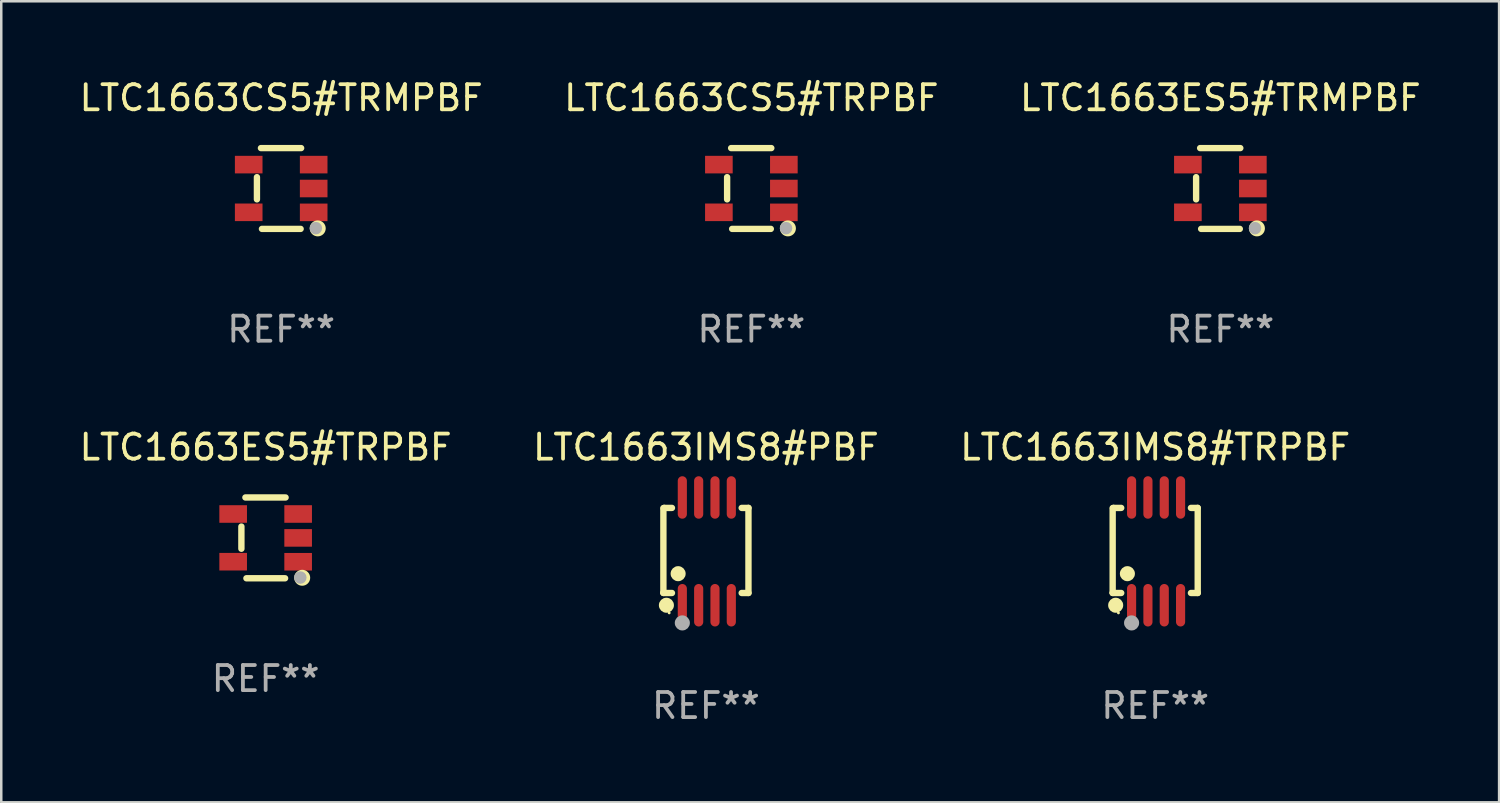
<source format=kicad_pcb>
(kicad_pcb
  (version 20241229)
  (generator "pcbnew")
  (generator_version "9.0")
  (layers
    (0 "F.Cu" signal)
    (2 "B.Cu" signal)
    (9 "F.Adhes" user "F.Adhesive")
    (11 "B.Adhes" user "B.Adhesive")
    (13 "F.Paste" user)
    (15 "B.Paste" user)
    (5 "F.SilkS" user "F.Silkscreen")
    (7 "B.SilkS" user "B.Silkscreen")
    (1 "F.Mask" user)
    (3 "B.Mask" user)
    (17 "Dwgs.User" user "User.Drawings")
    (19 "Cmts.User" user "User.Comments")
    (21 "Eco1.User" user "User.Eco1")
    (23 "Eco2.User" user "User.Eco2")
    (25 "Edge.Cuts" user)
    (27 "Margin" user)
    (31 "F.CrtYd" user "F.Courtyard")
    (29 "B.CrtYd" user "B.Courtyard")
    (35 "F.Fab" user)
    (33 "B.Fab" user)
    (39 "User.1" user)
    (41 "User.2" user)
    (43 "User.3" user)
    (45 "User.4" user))
  (footprint "LTC1663ES5#TRPBF"
    (layer "F.Cu")
    (at 7.53 18.372)
    (property "Reference" "LTC1663ES5#TRPBF" (at 0 -3.609 0) (layer "F.SilkS") (effects (font (size 1 1) (thickness 0.15))))
    (attr through_hole)
    (fp_line (start -0.966 0.433) (end -0.966 -0.451) (stroke (width 0.254) (type solid)) (layer "F.SilkS"))
    (fp_line (start -0.806 -1.609) (end 0.794 -1.609) (stroke (width 0.254) (type solid)) (layer "F.SilkS"))
    (fp_line (start -0.766 1.609) (end 0.774 1.609) (stroke (width 0.254) (type solid)) (layer "F.SilkS"))
    (fp_circle (center 1.4 1.45) (end 1.43 1.45) (stroke (width 0.06) (type solid)) (fill no) (layer "F.SilkS"))
    (fp_circle (center 1.456 1.589) (end 1.52 1.589) (stroke (width 0.254) (type solid)) (fill no) (layer "F.SilkS"))
    (fp_circle (center 1.38 1.58) (end 1.505 1.58) (stroke (width 0.25) (type solid)) (fill no) (layer "F.Fab"))
    (fp_text user "REF**" (at 0 5.609 0) (layer "F.Fab") (effects (font (size 1 1) (thickness 0.15))))
    (pad "1" smd rect (at 1.294 0.951) (size 1.1 0.7) (layers "F.Cu" "F.Mask" "F.Paste"))
    (pad "2" smd rect (at 1.294 0.001) (size 1.1 0.7) (layers "F.Cu" "F.Mask" "F.Paste"))
    (pad "3" smd rect (at 1.294 -0.951) (size 1.1 0.7) (layers "F.Cu" "F.Mask" "F.Paste"))
    (pad "4" smd rect (at -1.294 -0.951 180) (size 1.1 0.7) (layers "F.Cu" "F.Mask" "F.Paste"))
    (pad "5" smd rect (at -1.294 0.949 180) (size 1.1 0.7) (layers "F.Cu" "F.Mask" "F.Paste")))
  (footprint "LTC1663CS5#TRMPBF"
    (layer "F.Cu")
    (at 8.149 4.457)
    (property "Reference" "LTC1663CS5#TRMPBF" (at 0 -3.609 0) (layer "F.SilkS") (effects (font (size 1 1) (thickness 0.15))))
    (attr through_hole)
    (fp_line (start -0.966 0.433) (end -0.966 -0.451) (stroke (width 0.254) (type solid)) (layer "F.SilkS"))
    (fp_line (start -0.806 -1.609) (end 0.794 -1.609) (stroke (width 0.254) (type solid)) (layer "F.SilkS"))
    (fp_line (start -0.766 1.609) (end 0.774 1.609) (stroke (width 0.254) (type solid)) (layer "F.SilkS"))
    (fp_circle (center 1.4 1.45) (end 1.43 1.45) (stroke (width 0.06) (type solid)) (fill no) (layer "F.SilkS"))
    (fp_circle (center 1.456 1.589) (end 1.52 1.589) (stroke (width 0.254) (type solid)) (fill no) (layer "F.SilkS"))
    (fp_circle (center 1.38 1.58) (end 1.505 1.58) (stroke (width 0.25) (type solid)) (fill no) (layer "F.Fab"))
    (fp_text user "REF**" (at 0 5.609 0) (layer "F.Fab") (effects (font (size 1 1) (thickness 0.15))))
    (pad "1" smd rect (at 1.294 0.951) (size 1.1 0.7) (layers "F.Cu" "F.Mask" "F.Paste"))
    (pad "2" smd rect (at 1.294 0.001) (size 1.1 0.7) (layers "F.Cu" "F.Mask" "F.Paste"))
    (pad "3" smd rect (at 1.294 -0.951) (size 1.1 0.7) (layers "F.Cu" "F.Mask" "F.Paste"))
    (pad "4" smd rect (at -1.294 -0.951 180) (size 1.1 0.7) (layers "F.Cu" "F.Mask" "F.Paste"))
    (pad "5" smd rect (at -1.294 0.949 180) (size 1.1 0.7) (layers "F.Cu" "F.Mask" "F.Paste")))
  (footprint "LTC1663IMS8#TRPBF"
    (layer "F.Cu")
    (at 42.958 18.909)
    (property "Reference" "LTC1663IMS8#TRPBF" (at 0 -4.146 0) (layer "F.SilkS") (effects (font (size 1 1) (thickness 0.15))))
    (attr through_hole)
    (fp_line (start -1.694 -1.724) (end -1.694 1.652) (stroke (width 0.254) (type solid)) (layer "F.SilkS"))
    (fp_line (start -1.694 1.652) (end -1.688 1.658) (stroke (width 0.254) (type solid)) (layer "F.SilkS"))
    (fp_line (start -1.688 1.658) (end -1.353 1.658) (stroke (width 0.254) (type solid)) (layer "F.SilkS"))
    (fp_line (start -1.661 -1.73) (end -1.681 -1.71) (stroke (width 0.254) (type solid)) (layer "F.SilkS"))
    (fp_line (start -1.353 -1.73) (end -1.661 -1.73) (stroke (width 0.254) (type solid)) (layer "F.SilkS"))
    (fp_line (start 1.424 1.658) (end 1.694 1.658) (stroke (width 0.254) (type solid)) (layer "F.SilkS"))
    (fp_line (start 1.694 -1.73) (end 1.424 -1.73) (stroke (width 0.254) (type solid)) (layer "F.SilkS"))
    (fp_line (start 1.694 1.658) (end 1.694 -1.73) (stroke (width 0.254) (type solid)) (layer "F.SilkS"))
    (fp_circle (center -1.574 2.146) (end -1.424 2.146) (stroke (width 0.3) (type solid)) (fill no) (layer "F.SilkS"))
    (fp_circle (center -1.464 2.45) (end -1.434 2.45) (stroke (width 0.06) (type solid)) (fill no) (layer "F.SilkS"))
    (fp_circle (center -1.107 0.889) (end -0.957 0.889) (stroke (width 0.3) (type solid)) (fill no) (layer "F.SilkS"))
    (fp_circle (center -0.94 2.85) (end -0.789 2.85) (stroke (width 0.3) (type solid)) (fill no) (layer "F.Fab"))
    (fp_text user "REF**" (at 0 6.146 0) (layer "F.Fab") (effects (font (size 1 1) (thickness 0.15))))
    (pad "1" smd oval (at -0.94 2.146) (size 0.364 1.692) (layers "F.Cu" "F.Mask" "F.Paste"))
    (pad "2" smd oval (at -0.289 2.146) (size 0.364 1.692) (layers "F.Cu" "F.Mask" "F.Paste"))
    (pad "3" smd oval (at 0.361 2.146) (size 0.364 1.692) (layers "F.Cu" "F.Mask" "F.Paste"))
    (pad "4" smd oval (at 1.011 2.146) (size 0.364 1.692) (layers "F.Cu" "F.Mask" "F.Paste"))
    (pad "5" smd oval (at 1.011 -2.146) (size 0.364 1.692) (layers "F.Cu" "F.Mask" "F.Paste"))
    (pad "6" smd oval (at 0.361 -2.146) (size 0.364 1.692) (layers "F.Cu" "F.Mask" "F.Paste"))
    (pad "7" smd oval (at -0.289 -2.146) (size 0.364 1.692) (layers "F.Cu" "F.Mask" "F.Paste"))
    (pad "8" smd oval (at -0.94 -2.146) (size 0.364 1.692) (layers "F.Cu" "F.Mask" "F.Paste")))
  (footprint "LTC1663ES5#TRMPBF"
    (layer "F.Cu")
    (at 45.554 4.457)
    (property "Reference" "LTC1663ES5#TRMPBF" (at 0 -3.609 0) (layer "F.SilkS") (effects (font (size 1 1) (thickness 0.15))))
    (attr through_hole)
    (fp_line (start -0.966 0.433) (end -0.966 -0.451) (stroke (width 0.254) (type solid)) (layer "F.SilkS"))
    (fp_line (start -0.806 -1.609) (end 0.794 -1.609) (stroke (width 0.254) (type solid)) (layer "F.SilkS"))
    (fp_line (start -0.766 1.609) (end 0.774 1.609) (stroke (width 0.254) (type solid)) (layer "F.SilkS"))
    (fp_circle (center 1.4 1.45) (end 1.43 1.45) (stroke (width 0.06) (type solid)) (fill no) (layer "F.SilkS"))
    (fp_circle (center 1.456 1.589) (end 1.52 1.589) (stroke (width 0.254) (type solid)) (fill no) (layer "F.SilkS"))
    (fp_circle (center 1.38 1.58) (end 1.505 1.58) (stroke (width 0.25) (type solid)) (fill no) (layer "F.Fab"))
    (fp_text user "REF**" (at 0 5.609 0) (layer "F.Fab") (effects (font (size 1 1) (thickness 0.15))))
    (pad "1" smd rect (at 1.294 0.951) (size 1.1 0.7) (layers "F.Cu" "F.Mask" "F.Paste"))
    (pad "2" smd rect (at 1.294 0.001) (size 1.1 0.7) (layers "F.Cu" "F.Mask" "F.Paste"))
    (pad "3" smd rect (at 1.294 -0.951) (size 1.1 0.7) (layers "F.Cu" "F.Mask" "F.Paste"))
    (pad "4" smd rect (at -1.294 -0.951 180) (size 1.1 0.7) (layers "F.Cu" "F.Mask" "F.Paste"))
    (pad "5" smd rect (at -1.294 0.949 180) (size 1.1 0.7) (layers "F.Cu" "F.Mask" "F.Paste")))
  (footprint "LTC1663IMS8#PBF"
    (layer "F.Cu")
    (at 25.065 18.909)
    (property "Reference" "LTC1663IMS8#PBF" (at 0 -4.146 0) (layer "F.SilkS") (effects (font (size 1 1) (thickness 0.15))))
    (attr through_hole)
    (fp_line (start -1.694 -1.724) (end -1.694 1.652) (stroke (width 0.254) (type solid)) (layer "F.SilkS"))
    (fp_line (start -1.694 1.652) (end -1.688 1.658) (stroke (width 0.254) (type solid)) (layer "F.SilkS"))
    (fp_line (start -1.688 1.658) (end -1.353 1.658) (stroke (width 0.254) (type solid)) (layer "F.SilkS"))
    (fp_line (start -1.661 -1.73) (end -1.681 -1.71) (stroke (width 0.254) (type solid)) (layer "F.SilkS"))
    (fp_line (start -1.353 -1.73) (end -1.661 -1.73) (stroke (width 0.254) (type solid)) (layer "F.SilkS"))
    (fp_line (start 1.424 1.658) (end 1.694 1.658) (stroke (width 0.254) (type solid)) (layer "F.SilkS"))
    (fp_line (start 1.694 -1.73) (end 1.424 -1.73) (stroke (width 0.254) (type solid)) (layer "F.SilkS"))
    (fp_line (start 1.694 1.658) (end 1.694 -1.73) (stroke (width 0.254) (type solid)) (layer "F.SilkS"))
    (fp_circle (center -1.574 2.146) (end -1.424 2.146) (stroke (width 0.3) (type solid)) (fill no) (layer "F.SilkS"))
    (fp_circle (center -1.464 2.45) (end -1.434 2.45) (stroke (width 0.06) (type solid)) (fill no) (layer "F.SilkS"))
    (fp_circle (center -1.107 0.889) (end -0.957 0.889) (stroke (width 0.3) (type solid)) (fill no) (layer "F.SilkS"))
    (fp_circle (center -0.94 2.85) (end -0.789 2.85) (stroke (width 0.3) (type solid)) (fill no) (layer "F.Fab"))
    (fp_text user "REF**" (at 0 6.146 0) (layer "F.Fab") (effects (font (size 1 1) (thickness 0.15))))
    (pad "1" smd oval (at -0.94 2.146) (size 0.364 1.692) (layers "F.Cu" "F.Mask" "F.Paste"))
    (pad "2" smd oval (at -0.289 2.146) (size 0.364 1.692) (layers "F.Cu" "F.Mask" "F.Paste"))
    (pad "3" smd oval (at 0.361 2.146) (size 0.364 1.692) (layers "F.Cu" "F.Mask" "F.Paste"))
    (pad "4" smd oval (at 1.011 2.146) (size 0.364 1.692) (layers "F.Cu" "F.Mask" "F.Paste"))
    (pad "5" smd oval (at 1.011 -2.146) (size 0.364 1.692) (layers "F.Cu" "F.Mask" "F.Paste"))
    (pad "6" smd oval (at 0.361 -2.146) (size 0.364 1.692) (layers "F.Cu" "F.Mask" "F.Paste"))
    (pad "7" smd oval (at -0.289 -2.146) (size 0.364 1.692) (layers "F.Cu" "F.Mask" "F.Paste"))
    (pad "8" smd oval (at -0.94 -2.146) (size 0.364 1.692) (layers "F.Cu" "F.Mask" "F.Paste")))
  (footprint "LTC1663CS5#TRPBF"
    (layer "F.Cu")
    (at 26.875 4.457)
    (property "Reference" "LTC1663CS5#TRPBF" (at 0 -3.609 0) (layer "F.SilkS") (effects (font (size 1 1) (thickness 0.15))))
    (attr through_hole)
    (fp_line (start -0.966 0.433) (end -0.966 -0.451) (stroke (width 0.254) (type solid)) (layer "F.SilkS"))
    (fp_line (start -0.806 -1.609) (end 0.794 -1.609) (stroke (width 0.254) (type solid)) (layer "F.SilkS"))
    (fp_line (start -0.766 1.609) (end 0.774 1.609) (stroke (width 0.254) (type solid)) (layer "F.SilkS"))
    (fp_circle (center 1.4 1.45) (end 1.43 1.45) (stroke (width 0.06) (type solid)) (fill no) (layer "F.SilkS"))
    (fp_circle (center 1.456 1.589) (end 1.52 1.589) (stroke (width 0.254) (type solid)) (fill no) (layer "F.SilkS"))
    (fp_circle (center 1.38 1.58) (end 1.505 1.58) (stroke (width 0.25) (type solid)) (fill no) (layer "F.Fab"))
    (fp_text user "REF**" (at 0 5.609 0) (layer "F.Fab") (effects (font (size 1 1) (thickness 0.15))))
    (pad "1" smd rect (at 1.294 0.951) (size 1.1 0.7) (layers "F.Cu" "F.Mask" "F.Paste"))
    (pad "2" smd rect (at 1.294 0.001) (size 1.1 0.7) (layers "F.Cu" "F.Mask" "F.Paste"))
    (pad "3" smd rect (at 1.294 -0.951) (size 1.1 0.7) (layers "F.Cu" "F.Mask" "F.Paste"))
    (pad "4" smd rect (at -1.294 -0.951 180) (size 1.1 0.7) (layers "F.Cu" "F.Mask" "F.Paste"))
    (pad "5" smd rect (at -1.294 0.949 180) (size 1.1 0.7) (layers "F.Cu" "F.Mask" "F.Paste")))
  (gr_rect
    (start -3 -3)
    (end 56.655 28.903)
    (stroke (width 0.1) (type default))
    (fill no)
    (layer "Edge.Cuts")))
</source>
